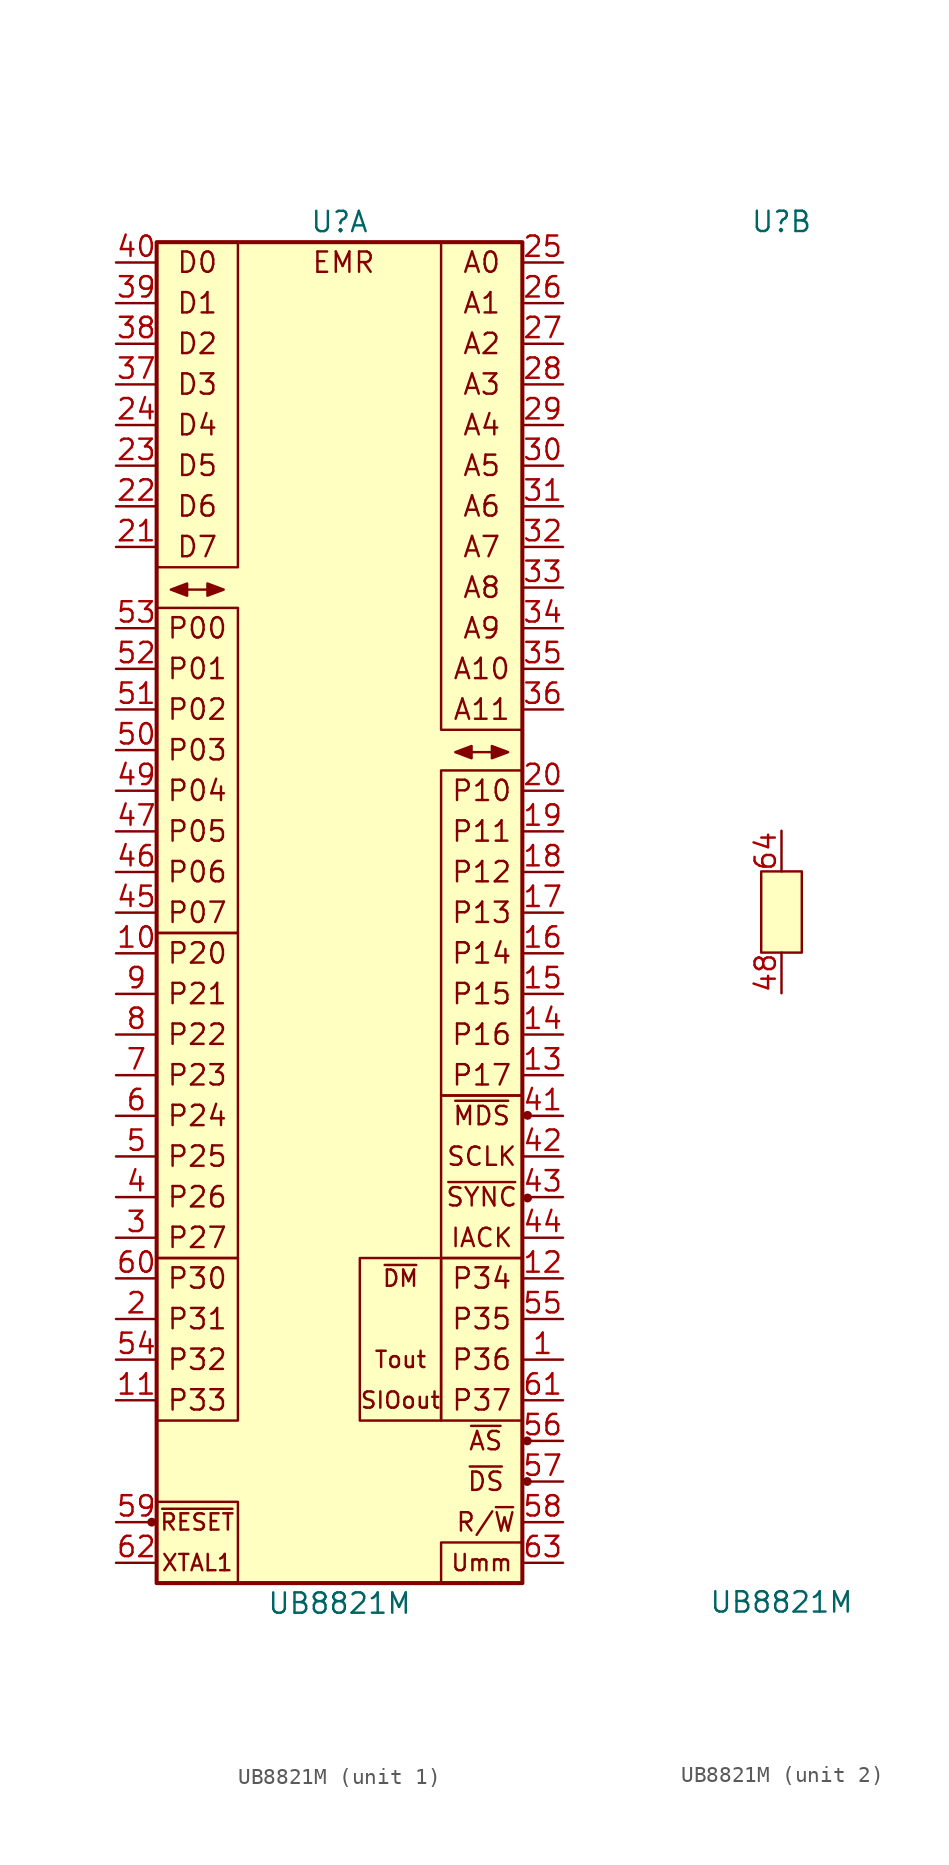
<source format=kicad_sym>
(kicad_symbol_lib
  (version 20211014)
  (generator kicad_symbol_editor)
  (symbol "UB8821M"
    (pin_names
      (offset 1.016) hide)
    (property "Reference" "U"
      (at 0 43.18 0)
      (effects (font (size 1.27 1.27))))
    (property "Value" "UB8821M"
      (at 0 -43.18 0)
      (effects (font (size 1.27 1.27))))
    (property "ki_locked" ""
      (at 0 0 0)
      (effects (font (size 1.27 1.27))))
    (symbol "UB8821M_1_0"
      (rectangle (start -11.43 -21.59) (end -6.35 -31.75) (stroke (width 0) (type default) (color 0 0 0 0)) (fill (type none)))
      (rectangle (start -11.43 21.59) (end -6.35 41.91) (stroke (width 0) (type default) (color 0 0 0 0)) (fill (type none)))
      (rectangle (start -6.35 -21.59) (end -11.43 -1.27) (stroke (width 0) (type default) (color 0 0 0 0)) (fill (type none)))
      (rectangle (start -6.35 -1.27) (end -11.43 19.05) (stroke (width 0) (type default) (color 0 0 0 0)) (fill (type none)))
      (rectangle (start 6.35 -11.43) (end 11.43 8.89) (stroke (width 0) (type default) (color 0 0 0 0)) (fill (type none)))
      (rectangle (start 11.43 11.43) (end 6.35 41.91) (stroke (width 0) (type default) (color 0 0 0 0)) (fill (type none))))
    (symbol "UB8821M_1_1"
      (circle (center -11.735 -38.1) (radius 0.203) (stroke (width 0) (type default) (color 0 0 0 0)) (fill (type outline)))
      (rectangle (start -11.43 -36.83) (end -6.35 -41.91) (stroke (width 0) (type default) (color 0 0 0 0)) (fill (type none)))
      (rectangle (start -11.43 41.91) (end 11.43 -41.91) (stroke (width 0.254) (type default) (color 0 0 0 0)) (fill (type background)))
      (polyline (pts (xy -9.525 20.193) (xy -8.255 20.193)) (stroke (width 0) (type default) (color 0 0 0 0)) (fill (type none)))
      (polyline (pts (xy 8.255 10.033) (xy 9.525 10.033)) (stroke (width 0) (type default) (color 0 0 0 0)) (fill (type none)))
      (polyline (pts (xy -9.525 20.574) (xy -10.541 20.193) (xy -9.525 19.812) (xy -9.525 20.574)) (stroke (width 0) (type default) (color 0 0 0 0)) (fill (type outline)))
      (polyline (pts (xy -8.255 20.574) (xy -7.239 20.193) (xy -8.255 19.812) (xy -8.255 20.574)) (stroke (width 0) (type default) (color 0 0 0 0)) (fill (type outline)))
      (polyline (pts (xy 8.255 10.414) (xy 7.239 10.033) (xy 8.255 9.652) (xy 8.255 10.414)) (stroke (width 0) (type default) (color 0 0 0 0)) (fill (type outline)))
      (polyline (pts (xy 9.525 10.414) (xy 10.541 10.033) (xy 9.525 9.652) (xy 9.525 10.414)) (stroke (width 0) (type default) (color 0 0 0 0)) (fill (type outline)))
      (rectangle (start 1.27 -21.59) (end 6.35 -31.75) (stroke (width 0) (type default) (color 0 0 0 0)) (fill (type none)))
      (rectangle (start 6.35 -39.37) (end 11.43 -41.91) (stroke (width 0) (type default) (color 0 0 0 0)) (fill (type none)))
      (rectangle (start 6.35 -21.59) (end 11.43 -31.75) (stroke (width 0) (type default) (color 0 0 0 0)) (fill (type none)))
      (rectangle (start 6.35 -11.43) (end 11.43 -21.59) (stroke (width 0) (type default) (color 0 0 0 0)) (fill (type none)))
      (circle (center 11.735 -35.56) (radius 0.203) (stroke (width 0) (type default) (color 0 0 0 0)) (fill (type outline)))
      (circle (center 11.735 -33.02) (radius 0.203) (stroke (width 0) (type default) (color 0 0 0 0)) (fill (type outline)))
      (circle (center 11.754 -17.837) (radius 0.203) (stroke (width 0) (type default) (color 0 0 0 0)) (fill (type outline)))
      (circle (center 11.754 -12.671) (radius 0.203) (stroke (width 0) (type default) (color 0 0 0 0)) (fill (type outline)))
      (text "A0" (at 8.89 40.64 0) (effects (font (size 1.27 1.27))))
      (text "A1" (at 8.89 38.1 0) (effects (font (size 1.27 1.27))))
      (text "A10" (at 8.89 15.24 0) (effects (font (size 1.27 1.27))))
      (text "A11" (at 8.89 12.7 0) (effects (font (size 1.27 1.27))))
      (text "A2" (at 8.89 35.56 0) (effects (font (size 1.27 1.27))))
      (text "A3" (at 8.89 33.02 0) (effects (font (size 1.27 1.27))))
      (text "A4" (at 8.89 30.48 0) (effects (font (size 1.27 1.27))))
      (text "A5" (at 8.89 27.94 0) (effects (font (size 1.27 1.27))))
      (text "A6" (at 8.89 25.4 0) (effects (font (size 1.27 1.27))))
      (text "A7" (at 8.89 22.86 0) (effects (font (size 1.27 1.27))))
      (text "A8" (at 8.89 20.32 0) (effects (font (size 1.27 1.27))))
      (text "A9" (at 8.89 17.78 0) (effects (font (size 1.27 1.27))))
      (text "D0" (at -8.89 40.64 0) (effects (font (size 1.27 1.27))))
      (text "D1" (at -8.89 38.1 0) (effects (font (size 1.27 1.27))))
      (text "D2" (at -8.89 35.56 0) (effects (font (size 1.27 1.27))))
      (text "D3" (at -8.89 33.02 0) (effects (font (size 1.27 1.27))))
      (text "D4" (at -8.89 30.48 0) (effects (font (size 1.27 1.27))))
      (text "D5" (at -8.89 27.94 0) (effects (font (size 1.27 1.27))))
      (text "D6" (at -8.89 25.4 0) (effects (font (size 1.27 1.27))))
      (text "D7" (at -8.89 22.86 0) (effects (font (size 1.27 1.27))))
      (text "EMR" (at 0.254 40.64 0) (effects (font (size 1.27 1.27))))
      (text "IACK" (at 8.89 -20.32 0) (effects (font (size 1.143 1.143))))
      (text "P00" (at -8.89 17.78 0) (effects (font (size 1.27 1.27))))
      (text "P01" (at -8.89 15.24 0) (effects (font (size 1.27 1.27))))
      (text "P02" (at -8.89 12.7 0) (effects (font (size 1.27 1.27))))
      (text "P03" (at -8.89 10.16 0) (effects (font (size 1.27 1.27))))
      (text "P04" (at -8.89 7.62 0) (effects (font (size 1.27 1.27))))
      (text "P05" (at -8.89 5.08 0) (effects (font (size 1.27 1.27))))
      (text "P06" (at -8.89 2.54 0) (effects (font (size 1.27 1.27))))
      (text "P07" (at -8.89 0 0) (effects (font (size 1.27 1.27))))
      (text "P10" (at 8.89 7.62 0) (effects (font (size 1.27 1.27))))
      (text "P11" (at 8.89 5.08 0) (effects (font (size 1.27 1.27))))
      (text "P12" (at 8.89 2.54 0) (effects (font (size 1.27 1.27))))
      (text "P13" (at 8.89 0 0) (effects (font (size 1.27 1.27))))
      (text "P14" (at 8.89 -2.54 0) (effects (font (size 1.27 1.27))))
      (text "P15" (at 8.89 -5.08 0) (effects (font (size 1.27 1.27))))
      (text "P16" (at 8.89 -7.62 0) (effects (font (size 1.27 1.27))))
      (text "P17" (at 8.89 -10.16 0) (effects (font (size 1.27 1.27))))
      (text "P20" (at -8.89 -2.54 0) (effects (font (size 1.27 1.27))))
      (text "P21" (at -8.89 -5.08 0) (effects (font (size 1.27 1.27))))
      (text "P22" (at -8.89 -7.62 0) (effects (font (size 1.27 1.27))))
      (text "P23" (at -8.89 -10.16 0) (effects (font (size 1.27 1.27))))
      (text "P24" (at -8.89 -12.7 0) (effects (font (size 1.27 1.27))))
      (text "P25" (at -8.89 -15.24 0) (effects (font (size 1.27 1.27))))
      (text "P26" (at -8.89 -17.78 0) (effects (font (size 1.27 1.27))))
      (text "P27" (at -8.89 -20.32 0) (effects (font (size 1.27 1.27))))
      (text "P30" (at -8.89 -22.86 0) (effects (font (size 1.27 1.27))))
      (text "P31" (at -8.89 -25.4 0) (effects (font (size 1.27 1.27))))
      (text "P32" (at -8.89 -27.94 0) (effects (font (size 1.27 1.27))))
      (text "P33" (at -8.89 -30.48 0) (effects (font (size 1.27 1.27))))
      (text "P34" (at 8.89 -22.86 0) (effects (font (size 1.27 1.27))))
      (text "P35" (at 8.89 -25.4 0) (effects (font (size 1.27 1.27))))
      (text "P36" (at 8.89 -27.94 0) (effects (font (size 1.27 1.27))))
      (text "P37" (at 8.89 -30.48 0) (effects (font (size 1.27 1.27))))
      (text "R/~{W}" (at 9.144 -38.1 0) (effects (font (size 1.143 1.143))))
      (text "SCLK" (at 8.89 -15.24 0) (effects (font (size 1.143 1.143))))
      (text "SIOout" (at 3.81 -30.48 0) (effects (font (size 1.016 1.016))))
      (text "Tout" (at 3.81 -27.94 0) (effects (font (size 1.016 1.016))))
      (text "Umm" (at 8.89 -40.64 0) (effects (font (size 1.016 1.016))))
      (text "XTAL1" (at -8.89 -40.64 0) (effects (font (size 1.016 1.016))))
      (text "~{AS}" (at 9.144 -33.02 0) (effects (font (size 1.143 1.143))))
      (text "~{DM}" (at 3.81 -22.86 0) (effects (font (size 1.016 1.016))))
      (text "~{DS}" (at 9.144 -35.56 0) (effects (font (size 1.143 1.143))))
      (text "~{MDS}" (at 8.89 -12.7 0) (effects (font (size 1.143 1.143))))
      (text "~{RESET}" (at -8.89 -38.1 0) (effects (font (size 1.016 1.016))))
      (text "~{SYNC}" (at 8.89 -17.78 0) (effects (font (size 1.143 1.143))))
      (pin output line (at 13.97 -27.94 180) (length 2.54) (name "P36" (effects (font (size 1.27 1.27)))) (number "1" (effects (font (size 1.27 1.27)))))
      (pin bidirectional line (at -13.97 -2.54 0) (length 2.54) (name "P20" (effects (font (size 1.27 1.27)))) (number "10" (effects (font (size 1.27 1.27)))))
      (pin input line (at -13.97 -30.48 0) (length 2.54) (name "P33" (effects (font (size 1.27 1.27)))) (number "11" (effects (font (size 1.27 1.27)))))
      (pin output line (at 13.97 -22.86 180) (length 2.54) (name "P34" (effects (font (size 1.27 1.27)))) (number "12" (effects (font (size 1.27 1.27)))))
      (pin bidirectional line (at 13.97 -10.16 180) (length 2.54) (name "P17" (effects (font (size 1.27 1.27)))) (number "13" (effects (font (size 1.27 1.27)))))
      (pin bidirectional line (at 13.97 -7.62 180) (length 2.54) (name "P16" (effects (font (size 1.27 1.27)))) (number "14" (effects (font (size 1.27 1.27)))))
      (pin bidirectional line (at 13.97 -5.08 180) (length 2.54) (name "P15" (effects (font (size 1.27 1.27)))) (number "15" (effects (font (size 1.27 1.27)))))
      (pin bidirectional line (at 13.97 -2.54 180) (length 2.54) (name "P14" (effects (font (size 1.27 1.27)))) (number "16" (effects (font (size 1.27 1.27)))))
      (pin bidirectional line (at 13.97 0 180) (length 2.54) (name "P13" (effects (font (size 1.27 1.27)))) (number "17" (effects (font (size 1.27 1.27)))))
      (pin bidirectional line (at 13.97 2.54 180) (length 2.54) (name "P12" (effects (font (size 1.27 1.27)))) (number "18" (effects (font (size 1.27 1.27)))))
      (pin bidirectional line (at 13.97 5.08 180) (length 2.54) (name "P11" (effects (font (size 1.27 1.27)))) (number "19" (effects (font (size 1.27 1.27)))))
      (pin input line (at -13.97 -25.4 0) (length 2.54) (name "P31" (effects (font (size 1.27 1.27)))) (number "2" (effects (font (size 1.27 1.27)))))
      (pin bidirectional line (at 13.97 7.62 180) (length 2.54) (name "P10" (effects (font (size 1.27 1.27)))) (number "20" (effects (font (size 1.27 1.27)))))
      (pin input line (at -13.97 22.86 0) (length 2.54) (name "D7" (effects (font (size 1.27 1.27)))) (number "21" (effects (font (size 1.27 1.27)))))
      (pin input line (at -13.97 25.4 0) (length 2.54) (name "D6" (effects (font (size 1.27 1.27)))) (number "22" (effects (font (size 1.27 1.27)))))
      (pin input line (at -13.97 27.94 0) (length 2.54) (name "D5" (effects (font (size 1.27 1.27)))) (number "23" (effects (font (size 1.27 1.27)))))
      (pin input line (at -13.97 30.48 0) (length 2.54) (name "D4" (effects (font (size 1.27 1.27)))) (number "24" (effects (font (size 1.27 1.27)))))
      (pin output line (at 13.97 40.64 180) (length 2.54) (name "A0" (effects (font (size 1.27 1.27)))) (number "25" (effects (font (size 1.27 1.27)))))
      (pin output line (at 13.97 38.1 180) (length 2.54) (name "A1" (effects (font (size 1.27 1.27)))) (number "26" (effects (font (size 1.27 1.27)))))
      (pin output line (at 13.97 35.56 180) (length 2.54) (name "A2" (effects (font (size 1.27 1.27)))) (number "27" (effects (font (size 1.27 1.27)))))
      (pin output line (at 13.97 33.02 180) (length 2.54) (name "A3" (effects (font (size 1.27 1.27)))) (number "28" (effects (font (size 1.27 1.27)))))
      (pin output line (at 13.97 30.48 180) (length 2.54) (name "A4" (effects (font (size 1.27 1.27)))) (number "29" (effects (font (size 1.27 1.27)))))
      (pin bidirectional line (at -13.97 -20.32 0) (length 2.54) (name "P27" (effects (font (size 1.27 1.27)))) (number "3" (effects (font (size 1.27 1.27)))))
      (pin output line (at 13.97 27.94 180) (length 2.54) (name "A5" (effects (font (size 1.27 1.27)))) (number "30" (effects (font (size 1.27 1.27)))))
      (pin output line (at 13.97 25.4 180) (length 2.54) (name "A6" (effects (font (size 1.27 1.27)))) (number "31" (effects (font (size 1.27 1.27)))))
      (pin output line (at 13.97 22.86 180) (length 2.54) (name "A7" (effects (font (size 1.27 1.27)))) (number "32" (effects (font (size 1.27 1.27)))))
      (pin output line (at 13.97 20.32 180) (length 2.54) (name "A8" (effects (font (size 1.27 1.27)))) (number "33" (effects (font (size 1.27 1.27)))))
      (pin output line (at 13.97 17.78 180) (length 2.54) (name "A9" (effects (font (size 1.27 1.27)))) (number "34" (effects (font (size 1.27 1.27)))))
      (pin output line (at 13.97 15.24 180) (length 2.54) (name "A10" (effects (font (size 1.27 1.27)))) (number "35" (effects (font (size 1.27 1.27)))))
      (pin output line (at 13.97 12.7 180) (length 2.54) (name "A11" (effects (font (size 1.27 1.27)))) (number "36" (effects (font (size 1.27 1.27)))))
      (pin input line (at -13.97 33.02 0) (length 2.54) (name "D3" (effects (font (size 1.27 1.27)))) (number "37" (effects (font (size 1.27 1.27)))))
      (pin input line (at -13.97 35.56 0) (length 2.54) (name "D2" (effects (font (size 1.27 1.27)))) (number "38" (effects (font (size 1.27 1.27)))))
      (pin input line (at -13.97 38.1 0) (length 2.54) (name "D1" (effects (font (size 1.27 1.27)))) (number "39" (effects (font (size 1.27 1.27)))))
      (pin bidirectional line (at -13.97 -17.78 0) (length 2.54) (name "P26" (effects (font (size 1.27 1.27)))) (number "4" (effects (font (size 1.27 1.27)))))
      (pin input line (at -13.97 40.64 0) (length 2.54) (name "D0" (effects (font (size 1.27 1.27)))) (number "40" (effects (font (size 1.27 1.27)))))
      (pin output line (at 13.97 -12.7 180) (length 2.54) (name "MDS" (effects (font (size 1.27 1.27)))) (number "41" (effects (font (size 1.27 1.27)))))
      (pin output line (at 13.97 -15.24 180) (length 2.54) (name "SCLK" (effects (font (size 1.27 1.27)))) (number "42" (effects (font (size 1.27 1.27)))))
      (pin output line (at 13.97 -17.78 180) (length 2.54) (name "SYNC" (effects (font (size 1.27 1.27)))) (number "43" (effects (font (size 1.27 1.27)))))
      (pin output line (at 13.97 -20.32 180) (length 2.54) (name "IACK" (effects (font (size 1.27 1.27)))) (number "44" (effects (font (size 1.27 1.27)))))
      (pin bidirectional line (at -13.97 0 0) (length 2.54) (name "P07" (effects (font (size 1.27 1.27)))) (number "45" (effects (font (size 1.27 1.27)))))
      (pin bidirectional line (at -13.97 2.54 0) (length 2.54) (name "P06" (effects (font (size 1.27 1.27)))) (number "46" (effects (font (size 1.27 1.27)))))
      (pin bidirectional line (at -13.97 5.08 0) (length 2.54) (name "P05" (effects (font (size 1.27 1.27)))) (number "47" (effects (font (size 1.27 1.27)))))
      (pin bidirectional line (at -13.97 7.62 0) (length 2.54) (name "P04" (effects (font (size 1.27 1.27)))) (number "49" (effects (font (size 1.27 1.27)))))
      (pin bidirectional line (at -13.97 -15.24 0) (length 2.54) (name "P25" (effects (font (size 1.27 1.27)))) (number "5" (effects (font (size 1.27 1.27)))))
      (pin bidirectional line (at -13.97 10.16 0) (length 2.54) (name "P03" (effects (font (size 1.27 1.27)))) (number "50" (effects (font (size 1.27 1.27)))))
      (pin bidirectional line (at -13.97 12.7 0) (length 2.54) (name "P02" (effects (font (size 1.27 1.27)))) (number "51" (effects (font (size 1.27 1.27)))))
      (pin bidirectional line (at -13.97 15.24 0) (length 2.54) (name "P01" (effects (font (size 1.27 1.27)))) (number "52" (effects (font (size 1.27 1.27)))))
      (pin bidirectional line (at -13.97 17.78 0) (length 2.54) (name "P00" (effects (font (size 1.27 1.27)))) (number "53" (effects (font (size 1.27 1.27)))))
      (pin input line (at -13.97 -27.94 0) (length 2.54) (name "P32" (effects (font (size 1.27 1.27)))) (number "54" (effects (font (size 1.27 1.27)))))
      (pin output line (at 13.97 -25.4 180) (length 2.54) (name "P35" (effects (font (size 1.27 1.27)))) (number "55" (effects (font (size 1.27 1.27)))))
      (pin tri_state line (at 13.97 -33.02 180) (length 2.54) (name "~{AS}" (effects (font (size 1.27 1.27)))) (number "56" (effects (font (size 1.27 1.27)))))
      (pin tri_state line (at 13.97 -35.56 180) (length 2.54) (name "~{DS}" (effects (font (size 1.27 1.27)))) (number "57" (effects (font (size 1.27 1.27)))))
      (pin tri_state line (at 13.97 -38.1 180) (length 2.54) (name "R/~{W}" (effects (font (size 1.27 1.27)))) (number "58" (effects (font (size 1.27 1.27)))))
      (pin input line (at -13.97 -38.1 0) (length 2.54) (name "~{RESET}" (effects (font (size 1.27 1.27)))) (number "59" (effects (font (size 1.27 1.27)))))
      (pin bidirectional line (at -13.97 -12.7 0) (length 2.54) (name "P24" (effects (font (size 1.27 1.27)))) (number "6" (effects (font (size 1.27 1.27)))))
      (pin input line (at -13.97 -22.86 0) (length 2.54) (name "P30" (effects (font (size 1.27 1.27)))) (number "60" (effects (font (size 1.27 1.27)))))
      (pin output line (at 13.97 -30.48 180) (length 2.54) (name "P37" (effects (font (size 1.27 1.27)))) (number "61" (effects (font (size 1.27 1.27)))))
      (pin input line (at -13.97 -40.64 0) (length 2.54) (name "XTAL1" (effects (font (size 1.27 1.27)))) (number "62" (effects (font (size 1.27 1.27)))))
      (pin power_in line (at 13.97 -40.64 180) (length 2.54) (name "Umm" (effects (font (size 1.27 1.27)))) (number "63" (effects (font (size 1.27 1.27)))))
      (pin bidirectional line (at -13.97 -10.16 0) (length 2.54) (name "P23" (effects (font (size 1.27 1.27)))) (number "7" (effects (font (size 1.27 1.27)))))
      (pin bidirectional line (at -13.97 -7.62 0) (length 2.54) (name "P22" (effects (font (size 1.27 1.27)))) (number "8" (effects (font (size 1.27 1.27)))))
      (pin bidirectional line (at -13.97 -5.08 0) (length 2.54) (name "P21" (effects (font (size 1.27 1.27)))) (number "9" (effects (font (size 1.27 1.27))))))
    (symbol "UB8821M_2_1"
      (rectangle (start -1.27 2.54) (end 1.27 -2.54) (stroke (width 0) (type default) (color 0 0 0 0)) (fill (type background)))
      (pin power_in line (at 0 -5.08 90) (length 2.54) (name "GND" (effects (font (size 1.27 1.27)))) (number "48" (effects (font (size 1.27 1.27)))))
      (pin power_in line (at 0 5.08 270) (length 2.54) (name "Vcc" (effects (font (size 1.27 1.27)))) (number "64" (effects (font (size 1.27 1.27))))))))
</source>
